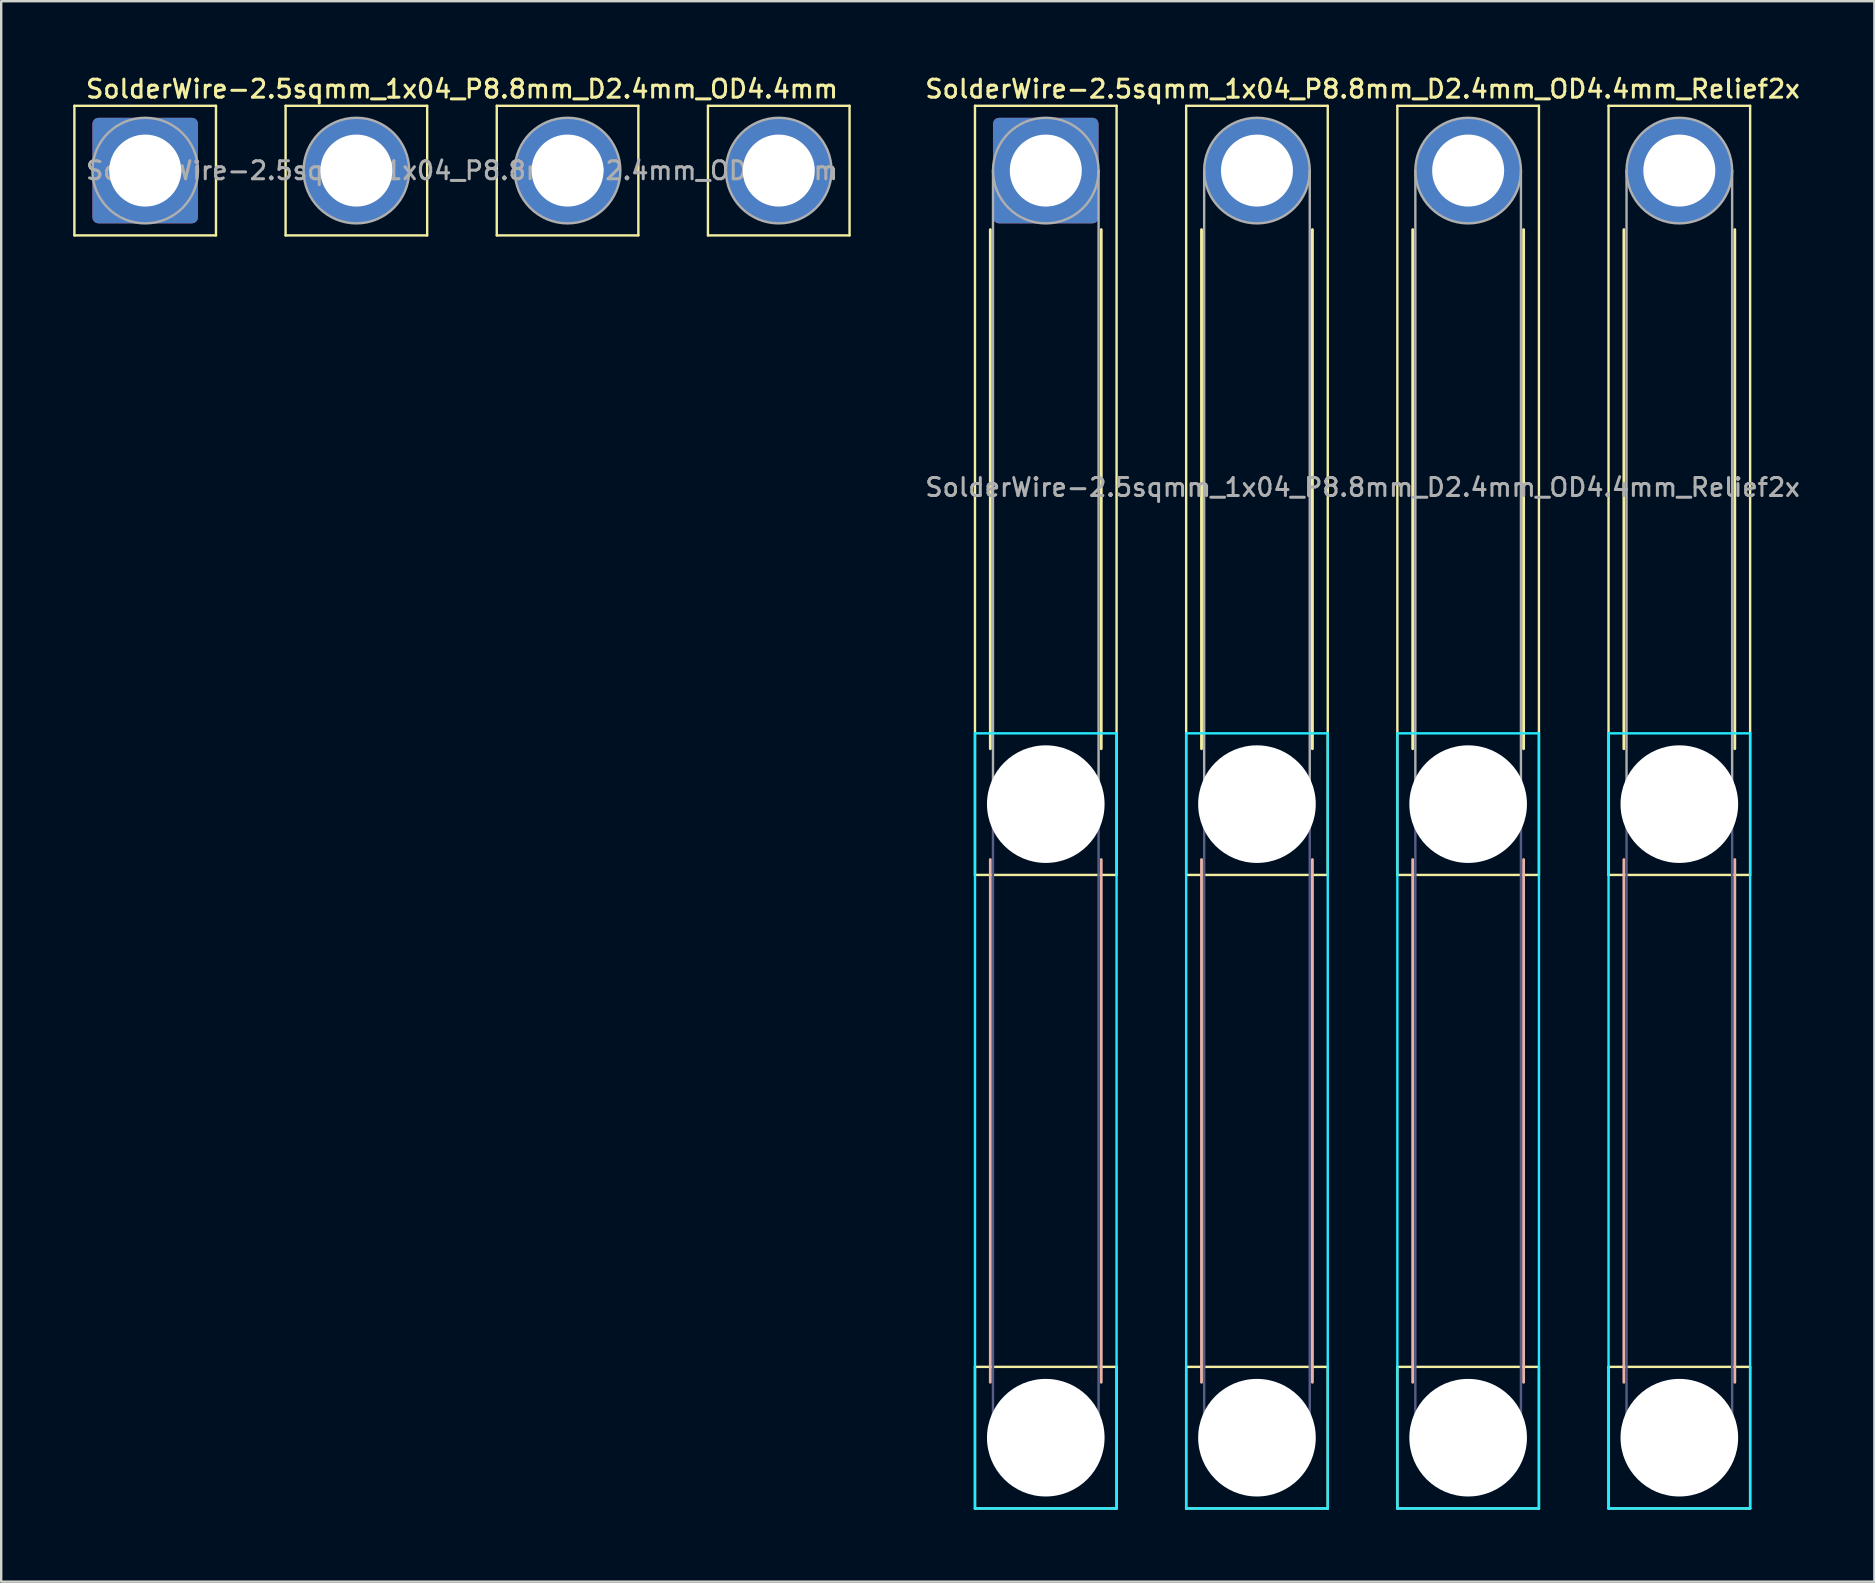
<source format=kicad_pcb>
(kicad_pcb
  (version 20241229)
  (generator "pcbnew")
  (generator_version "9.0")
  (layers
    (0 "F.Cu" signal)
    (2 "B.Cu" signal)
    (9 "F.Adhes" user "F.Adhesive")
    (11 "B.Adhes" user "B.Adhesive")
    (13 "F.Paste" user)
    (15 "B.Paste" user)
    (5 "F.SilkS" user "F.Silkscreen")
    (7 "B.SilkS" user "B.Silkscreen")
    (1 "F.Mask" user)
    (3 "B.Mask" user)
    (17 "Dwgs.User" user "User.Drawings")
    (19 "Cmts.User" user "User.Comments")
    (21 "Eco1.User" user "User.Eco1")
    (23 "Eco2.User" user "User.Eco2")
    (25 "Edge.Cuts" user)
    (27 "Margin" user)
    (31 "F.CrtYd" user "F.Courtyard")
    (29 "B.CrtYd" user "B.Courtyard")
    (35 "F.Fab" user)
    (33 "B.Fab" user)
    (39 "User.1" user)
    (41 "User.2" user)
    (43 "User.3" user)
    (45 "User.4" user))
  (footprint "SolderWire-2.5sqmm_1x04_P8.8mm_D2.4mm_OD4.4mm"
    (layer "F.Cu")
    (at 3 4.058)
    (property "Reference" "SolderWire-2.5sqmm_1x04_P8.8mm_D2.4mm_OD4.4mm" (at 13.2 -3.4 0) (layer "F.SilkS") (effects (font (size 0.75 0.75) (thickness 0.125))))
    (attr exclude_from_pos_files exclude_from_bom)
    (fp_line (start -2.95 -2.7) (end -2.95 2.7) (stroke (width 0.1) (type solid)) (layer "F.SilkS"))
    (fp_line (start -2.95 2.7) (end 2.95 2.7) (stroke (width 0.1) (type solid)) (layer "F.SilkS"))
    (fp_line (start 2.95 -2.7) (end -2.95 -2.7) (stroke (width 0.1) (type solid)) (layer "F.SilkS"))
    (fp_line (start 2.95 2.7) (end 2.95 -2.7) (stroke (width 0.1) (type solid)) (layer "F.SilkS"))
    (fp_line (start 5.85 -2.7) (end 5.85 2.7) (stroke (width 0.1) (type solid)) (layer "F.SilkS"))
    (fp_line (start 5.85 2.7) (end 11.75 2.7) (stroke (width 0.1) (type solid)) (layer "F.SilkS"))
    (fp_line (start 11.75 -2.7) (end 5.85 -2.7) (stroke (width 0.1) (type solid)) (layer "F.SilkS"))
    (fp_line (start 11.75 2.7) (end 11.75 -2.7) (stroke (width 0.1) (type solid)) (layer "F.SilkS"))
    (fp_line (start 14.65 -2.7) (end 14.65 2.7) (stroke (width 0.1) (type solid)) (layer "F.SilkS"))
    (fp_line (start 14.65 2.7) (end 20.55 2.7) (stroke (width 0.1) (type solid)) (layer "F.SilkS"))
    (fp_line (start 20.55 -2.7) (end 14.65 -2.7) (stroke (width 0.1) (type solid)) (layer "F.SilkS"))
    (fp_line (start 20.55 2.7) (end 20.55 -2.7) (stroke (width 0.1) (type solid)) (layer "F.SilkS"))
    (fp_line (start 23.45 -2.7) (end 23.45 2.7) (stroke (width 0.1) (type solid)) (layer "F.SilkS"))
    (fp_line (start 23.45 2.7) (end 29.35 2.7) (stroke (width 0.1) (type solid)) (layer "F.SilkS"))
    (fp_line (start 29.35 -2.7) (end 23.45 -2.7) (stroke (width 0.1) (type solid)) (layer "F.SilkS"))
    (fp_line (start 29.35 2.7) (end 29.35 -2.7) (stroke (width 0.1) (type solid)) (layer "F.SilkS"))
    (fp_circle (center 0 0) (end 2.2 0) (stroke (width 0.1) (type solid)) (fill no) (layer "F.Fab"))
    (fp_circle (center 8.8 0) (end 11 0) (stroke (width 0.1) (type solid)) (fill no) (layer "F.Fab"))
    (fp_circle (center 17.6 0) (end 19.8 0) (stroke (width 0.1) (type solid)) (fill no) (layer "F.Fab"))
    (fp_circle (center 26.4 0) (end 28.6 0) (stroke (width 0.1) (type solid)) (fill no) (layer "F.Fab"))
    (fp_text user "${REFERENCE}" (at 13.2 0 0) (layer "F.Fab") (effects (font (size 0.75 0.75) (thickness 0.125))))
    (pad "1" thru_hole roundrect (at 0 0) (size 4.4 4.4) (drill 3) (layers "*.Cu" "*.Mask") (roundrect_rratio 0.057))
    (pad "2" thru_hole circle (at 8.8 0) (size 4.4 4.4) (drill 3) (layers "*.Cu" "*.Mask"))
    (pad "3" thru_hole circle (at 17.6 0) (size 4.4 4.4) (drill 3) (layers "*.Cu" "*.Mask"))
    (pad "4" thru_hole circle (at 26.4 0) (size 4.4 4.4) (drill 3) (layers "*.Cu" "*.Mask")))
  (footprint "SolderWire-2.5sqmm_1x04_P8.8mm_D2.4mm_OD4.4mm_Relief2x"
    (layer "F.Cu")
    (at 40.527 4.058)
    (property "Reference" "SolderWire-2.5sqmm_1x04_P8.8mm_D2.4mm_OD4.4mm_Relief2x" (at 13.2 -3.4 0) (layer "F.SilkS") (effects (font (size 0.75 0.75) (thickness 0.125))))
    (attr exclude_from_pos_files exclude_from_bom)
    (fp_line (start -2.95 -2.7) (end -2.95 29.35) (stroke (width 0.1) (type solid)) (layer "F.SilkS"))
    (fp_line (start -2.95 29.35) (end 2.95 29.35) (stroke (width 0.1) (type solid)) (layer "F.SilkS"))
    (fp_line (start -2.95 49.85) (end -2.95 55.75) (stroke (width 0.1) (type solid)) (layer "F.SilkS"))
    (fp_line (start -2.95 55.75) (end 2.95 55.75) (stroke (width 0.1) (type solid)) (layer "F.SilkS"))
    (fp_line (start -2.31 2.46) (end -2.31 24.09) (stroke (width 0.12) (type solid)) (layer "F.SilkS"))
    (fp_line (start 2.31 2.46) (end 2.31 24.09) (stroke (width 0.12) (type solid)) (layer "F.SilkS"))
    (fp_line (start 2.95 -2.7) (end -2.95 -2.7) (stroke (width 0.1) (type solid)) (layer "F.SilkS"))
    (fp_line (start 2.95 29.35) (end 2.95 -2.7) (stroke (width 0.1) (type solid)) (layer "F.SilkS"))
    (fp_line (start 2.95 49.85) (end -2.95 49.85) (stroke (width 0.1) (type solid)) (layer "F.SilkS"))
    (fp_line (start 2.95 55.75) (end 2.95 49.85) (stroke (width 0.1) (type solid)) (layer "F.SilkS"))
    (fp_line (start 5.85 -2.7) (end 5.85 29.35) (stroke (width 0.1) (type solid)) (layer "F.SilkS"))
    (fp_line (start 5.85 29.35) (end 11.75 29.35) (stroke (width 0.1) (type solid)) (layer "F.SilkS"))
    (fp_line (start 5.85 49.85) (end 5.85 55.75) (stroke (width 0.1) (type solid)) (layer "F.SilkS"))
    (fp_line (start 5.85 55.75) (end 11.75 55.75) (stroke (width 0.1) (type solid)) (layer "F.SilkS"))
    (fp_line (start 6.49 2.46) (end 6.49 24.09) (stroke (width 0.12) (type solid)) (layer "F.SilkS"))
    (fp_line (start 11.11 2.46) (end 11.11 24.09) (stroke (width 0.12) (type solid)) (layer "F.SilkS"))
    (fp_line (start 11.75 -2.7) (end 5.85 -2.7) (stroke (width 0.1) (type solid)) (layer "F.SilkS"))
    (fp_line (start 11.75 29.35) (end 11.75 -2.7) (stroke (width 0.1) (type solid)) (layer "F.SilkS"))
    (fp_line (start 11.75 49.85) (end 5.85 49.85) (stroke (width 0.1) (type solid)) (layer "F.SilkS"))
    (fp_line (start 11.75 55.75) (end 11.75 49.85) (stroke (width 0.1) (type solid)) (layer "F.SilkS"))
    (fp_line (start 14.65 -2.7) (end 14.65 29.35) (stroke (width 0.1) (type solid)) (layer "F.SilkS"))
    (fp_line (start 14.65 29.35) (end 20.55 29.35) (stroke (width 0.1) (type solid)) (layer "F.SilkS"))
    (fp_line (start 14.65 49.85) (end 14.65 55.75) (stroke (width 0.1) (type solid)) (layer "F.SilkS"))
    (fp_line (start 14.65 55.75) (end 20.55 55.75) (stroke (width 0.1) (type solid)) (layer "F.SilkS"))
    (fp_line (start 15.29 2.46) (end 15.29 24.09) (stroke (width 0.12) (type solid)) (layer "F.SilkS"))
    (fp_line (start 19.91 2.46) (end 19.91 24.09) (stroke (width 0.12) (type solid)) (layer "F.SilkS"))
    (fp_line (start 20.55 -2.7) (end 14.65 -2.7) (stroke (width 0.1) (type solid)) (layer "F.SilkS"))
    (fp_line (start 20.55 29.35) (end 20.55 -2.7) (stroke (width 0.1) (type solid)) (layer "F.SilkS"))
    (fp_line (start 20.55 49.85) (end 14.65 49.85) (stroke (width 0.1) (type solid)) (layer "F.SilkS"))
    (fp_line (start 20.55 55.75) (end 20.55 49.85) (stroke (width 0.1) (type solid)) (layer "F.SilkS"))
    (fp_line (start 23.45 -2.7) (end 23.45 29.35) (stroke (width 0.1) (type solid)) (layer "F.SilkS"))
    (fp_line (start 23.45 29.35) (end 29.35 29.35) (stroke (width 0.1) (type solid)) (layer "F.SilkS"))
    (fp_line (start 23.45 49.85) (end 23.45 55.75) (stroke (width 0.1) (type solid)) (layer "F.SilkS"))
    (fp_line (start 23.45 55.75) (end 29.35 55.75) (stroke (width 0.1) (type solid)) (layer "F.SilkS"))
    (fp_line (start 24.09 2.46) (end 24.09 24.09) (stroke (width 0.12) (type solid)) (layer "F.SilkS"))
    (fp_line (start 28.71 2.46) (end 28.71 24.09) (stroke (width 0.12) (type solid)) (layer "F.SilkS"))
    (fp_line (start 29.35 -2.7) (end 23.45 -2.7) (stroke (width 0.1) (type solid)) (layer "F.SilkS"))
    (fp_line (start 29.35 29.35) (end 29.35 -2.7) (stroke (width 0.1) (type solid)) (layer "F.SilkS"))
    (fp_line (start 29.35 49.85) (end 23.45 49.85) (stroke (width 0.1) (type solid)) (layer "F.SilkS"))
    (fp_line (start 29.35 55.75) (end 29.35 49.85) (stroke (width 0.1) (type solid)) (layer "F.SilkS"))
    (fp_line (start -2.31 28.71) (end -2.31 50.49) (stroke (width 0.12) (type solid)) (layer "B.SilkS"))
    (fp_line (start 2.31 28.71) (end 2.31 50.49) (stroke (width 0.12) (type solid)) (layer "B.SilkS"))
    (fp_line (start 6.49 28.71) (end 6.49 50.49) (stroke (width 0.12) (type solid)) (layer "B.SilkS"))
    (fp_line (start 11.11 28.71) (end 11.11 50.49) (stroke (width 0.12) (type solid)) (layer "B.SilkS"))
    (fp_line (start 15.29 28.71) (end 15.29 50.49) (stroke (width 0.12) (type solid)) (layer "B.SilkS"))
    (fp_line (start 19.91 28.71) (end 19.91 50.49) (stroke (width 0.12) (type solid)) (layer "B.SilkS"))
    (fp_line (start 24.09 28.71) (end 24.09 50.49) (stroke (width 0.12) (type solid)) (layer "B.SilkS"))
    (fp_line (start 28.71 28.71) (end 28.71 50.49) (stroke (width 0.12) (type solid)) (layer "B.SilkS"))
    (fp_line (start -2.95 23.45) (end -2.95 55.75) (stroke (width 0.1) (type solid)) (layer "B.CrtYd"))
    (fp_line (start -2.95 55.75) (end 2.95 55.75) (stroke (width 0.1) (type solid)) (layer "B.CrtYd"))
    (fp_line (start 2.95 23.45) (end -2.95 23.45) (stroke (width 0.1) (type solid)) (layer "B.CrtYd"))
    (fp_line (start 2.95 55.75) (end 2.95 23.45) (stroke (width 0.1) (type solid)) (layer "B.CrtYd"))
    (fp_line (start 5.85 23.45) (end 5.85 55.75) (stroke (width 0.1) (type solid)) (layer "B.CrtYd"))
    (fp_line (start 5.85 55.75) (end 11.75 55.75) (stroke (width 0.1) (type solid)) (layer "B.CrtYd"))
    (fp_line (start 11.75 23.45) (end 5.85 23.45) (stroke (width 0.1) (type solid)) (layer "B.CrtYd"))
    (fp_line (start 11.75 55.75) (end 11.75 23.45) (stroke (width 0.1) (type solid)) (layer "B.CrtYd"))
    (fp_line (start 14.65 23.45) (end 14.65 55.75) (stroke (width 0.1) (type solid)) (layer "B.CrtYd"))
    (fp_line (start 14.65 55.75) (end 20.55 55.75) (stroke (width 0.1) (type solid)) (layer "B.CrtYd"))
    (fp_line (start 20.55 23.45) (end 14.65 23.45) (stroke (width 0.1) (type solid)) (layer "B.CrtYd"))
    (fp_line (start 20.55 55.75) (end 20.55 23.45) (stroke (width 0.1) (type solid)) (layer "B.CrtYd"))
    (fp_line (start 23.45 23.45) (end 23.45 55.75) (stroke (width 0.1) (type solid)) (layer "B.CrtYd"))
    (fp_line (start 23.45 55.75) (end 29.35 55.75) (stroke (width 0.1) (type solid)) (layer "B.CrtYd"))
    (fp_line (start 29.35 23.45) (end 23.45 23.45) (stroke (width 0.1) (type solid)) (layer "B.CrtYd"))
    (fp_line (start 29.35 55.75) (end 29.35 23.45) (stroke (width 0.1) (type solid)) (layer "B.CrtYd"))
    (fp_line (start -2.2 26.4) (end -2.2 52.8) (stroke (width 0.1) (type solid)) (layer "B.Fab"))
    (fp_line (start 2.2 26.4) (end 2.2 52.8) (stroke (width 0.1) (type solid)) (layer "B.Fab"))
    (fp_line (start 6.6 26.4) (end 6.6 52.8) (stroke (width 0.1) (type solid)) (layer "B.Fab"))
    (fp_line (start 11 26.4) (end 11 52.8) (stroke (width 0.1) (type solid)) (layer "B.Fab"))
    (fp_line (start 15.4 26.4) (end 15.4 52.8) (stroke (width 0.1) (type solid)) (layer "B.Fab"))
    (fp_line (start 19.8 26.4) (end 19.8 52.8) (stroke (width 0.1) (type solid)) (layer "B.Fab"))
    (fp_line (start 24.2 26.4) (end 24.2 52.8) (stroke (width 0.1) (type solid)) (layer "B.Fab"))
    (fp_line (start 28.6 26.4) (end 28.6 52.8) (stroke (width 0.1) (type solid)) (layer "B.Fab"))
    (fp_circle (center 0 26.4) (end 2.2 26.4) (stroke (width 0.1) (type solid)) (fill no) (layer "B.Fab"))
    (fp_circle (center 0 52.8) (end 2.2 52.8) (stroke (width 0.1) (type solid)) (fill no) (layer "B.Fab"))
    (fp_circle (center 8.8 26.4) (end 11 26.4) (stroke (width 0.1) (type solid)) (fill no) (layer "B.Fab"))
    (fp_circle (center 8.8 52.8) (end 11 52.8) (stroke (width 0.1) (type solid)) (fill no) (layer "B.Fab"))
    (fp_circle (center 17.6 26.4) (end 19.8 26.4) (stroke (width 0.1) (type solid)) (fill no) (layer "B.Fab"))
    (fp_circle (center 17.6 52.8) (end 19.8 52.8) (stroke (width 0.1) (type solid)) (fill no) (layer "B.Fab"))
    (fp_circle (center 26.4 26.4) (end 28.6 26.4) (stroke (width 0.1) (type solid)) (fill no) (layer "B.Fab"))
    (fp_circle (center 26.4 52.8) (end 28.6 52.8) (stroke (width 0.1) (type solid)) (fill no) (layer "B.Fab"))
    (fp_line (start -2.2 0) (end -2.2 26.4) (stroke (width 0.1) (type solid)) (layer "F.Fab"))
    (fp_line (start 2.2 0) (end 2.2 26.4) (stroke (width 0.1) (type solid)) (layer "F.Fab"))
    (fp_line (start 6.6 0) (end 6.6 26.4) (stroke (width 0.1) (type solid)) (layer "F.Fab"))
    (fp_line (start 11 0) (end 11 26.4) (stroke (width 0.1) (type solid)) (layer "F.Fab"))
    (fp_line (start 15.4 0) (end 15.4 26.4) (stroke (width 0.1) (type solid)) (layer "F.Fab"))
    (fp_line (start 19.8 0) (end 19.8 26.4) (stroke (width 0.1) (type solid)) (layer "F.Fab"))
    (fp_line (start 24.2 0) (end 24.2 26.4) (stroke (width 0.1) (type solid)) (layer "F.Fab"))
    (fp_line (start 28.6 0) (end 28.6 26.4) (stroke (width 0.1) (type solid)) (layer "F.Fab"))
    (fp_circle (center 0 0) (end 2.2 0) (stroke (width 0.1) (type solid)) (fill no) (layer "F.Fab"))
    (fp_circle (center 0 26.4) (end 2.2 26.4) (stroke (width 0.1) (type solid)) (fill no) (layer "F.Fab"))
    (fp_circle (center 0 52.8) (end 2.2 52.8) (stroke (width 0.1) (type solid)) (fill no) (layer "F.Fab"))
    (fp_circle (center 8.8 0) (end 11 0) (stroke (width 0.1) (type solid)) (fill no) (layer "F.Fab"))
    (fp_circle (center 8.8 26.4) (end 11 26.4) (stroke (width 0.1) (type solid)) (fill no) (layer "F.Fab"))
    (fp_circle (center 8.8 52.8) (end 11 52.8) (stroke (width 0.1) (type solid)) (fill no) (layer "F.Fab"))
    (fp_circle (center 17.6 0) (end 19.8 0) (stroke (width 0.1) (type solid)) (fill no) (layer "F.Fab"))
    (fp_circle (center 17.6 26.4) (end 19.8 26.4) (stroke (width 0.1) (type solid)) (fill no) (layer "F.Fab"))
    (fp_circle (center 17.6 52.8) (end 19.8 52.8) (stroke (width 0.1) (type solid)) (fill no) (layer "F.Fab"))
    (fp_circle (center 26.4 0) (end 28.6 0) (stroke (width 0.1) (type solid)) (fill no) (layer "F.Fab"))
    (fp_circle (center 26.4 26.4) (end 28.6 26.4) (stroke (width 0.1) (type solid)) (fill no) (layer "F.Fab"))
    (fp_circle (center 26.4 52.8) (end 28.6 52.8) (stroke (width 0.1) (type solid)) (fill no) (layer "F.Fab"))
    (fp_text user "${REFERENCE}" (at 13.2 13.2 0) (layer "F.Fab") (effects (font (size 0.75 0.75) (thickness 0.125))))
    (pad "" np_thru_hole circle (at 0 26.4) (size 4.9 4.9) (drill 4.9) (layers "*.Cu" "*.Mask"))
    (pad "" np_thru_hole circle (at 0 52.8) (size 4.9 4.9) (drill 4.9) (layers "*.Cu" "*.Mask"))
    (pad "" np_thru_hole circle (at 8.8 26.4) (size 4.9 4.9) (drill 4.9) (layers "*.Cu" "*.Mask"))
    (pad "" np_thru_hole circle (at 8.8 52.8) (size 4.9 4.9) (drill 4.9) (layers "*.Cu" "*.Mask"))
    (pad "" np_thru_hole circle (at 17.6 26.4) (size 4.9 4.9) (drill 4.9) (layers "*.Cu" "*.Mask"))
    (pad "" np_thru_hole circle (at 17.6 52.8) (size 4.9 4.9) (drill 4.9) (layers "*.Cu" "*.Mask"))
    (pad "" np_thru_hole circle (at 26.4 26.4) (size 4.9 4.9) (drill 4.9) (layers "*.Cu" "*.Mask"))
    (pad "" np_thru_hole circle (at 26.4 52.8) (size 4.9 4.9) (drill 4.9) (layers "*.Cu" "*.Mask"))
    (pad "1" thru_hole roundrect (at 0 0) (size 4.4 4.4) (drill 3) (layers "*.Cu" "*.Mask") (roundrect_rratio 0.057))
    (pad "2" thru_hole circle (at 8.8 0) (size 4.4 4.4) (drill 3) (layers "*.Cu" "*.Mask"))
    (pad "3" thru_hole circle (at 17.6 0) (size 4.4 4.4) (drill 3) (layers "*.Cu" "*.Mask"))
    (pad "4" thru_hole circle (at 26.4 0) (size 4.4 4.4) (drill 3) (layers "*.Cu" "*.Mask")))
  (gr_rect
    (start -3 -3)
    (end 75.054 62.858)
    (stroke (width 0.1) (type default))
    (fill no)
    (layer "Edge.Cuts")))
</source>
